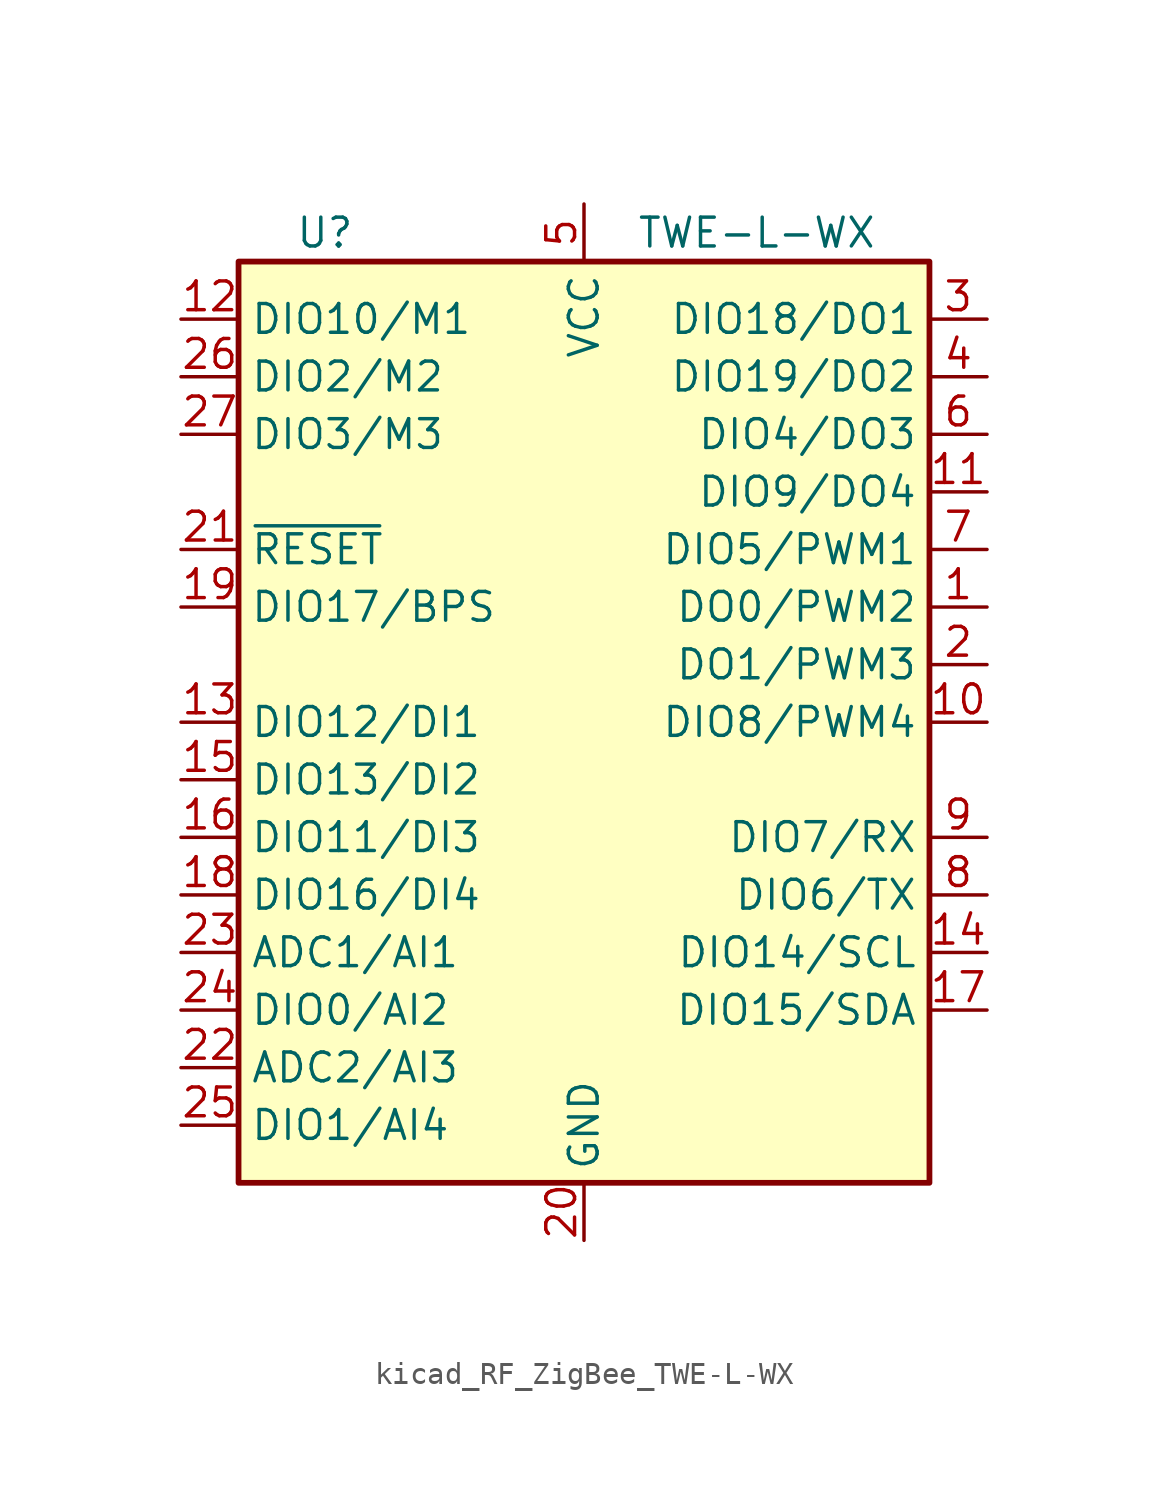
<source format=kicad_sym>
(kicad_symbol_lib
  (version 20220914)
  (generator kicad_symbol_editor)
  (symbol "kicad_RF_ZigBee_TWE-L-WX"
    (property "Reference" "U"
      (at -11.43 21.59 0)
      (effects (font (size 1.27 1.27))))
    (property "Value" "TWE-L-WX"
      (at 7.62 21.59 0)
      (effects (font (size 1.27 1.27))))
    (symbol "kicad_RF_ZigBee_TWE-L-WX_1_0"
      (rectangle (start -15.24 -20.32) (end 15.24 20.32) (stroke (width 0.254) (type default)) (fill (type background))))
    (symbol "kicad_RF_ZigBee_TWE-L-WX_1_1"
      (pin output line (at 17.78 5.08 180) (length 2.54) (name "DO0/PWM2" (effects (font (size 1.27 1.27)))) (number "1" (effects (font (size 1.27 1.27)))))
      (pin bidirectional line (at 17.78 0 180) (length 2.54) (name "DIO8/PWM4" (effects (font (size 1.27 1.27)))) (number "10" (effects (font (size 1.27 1.27)))))
      (pin bidirectional line (at 17.78 10.16 180) (length 2.54) (name "DIO9/DO4" (effects (font (size 1.27 1.27)))) (number "11" (effects (font (size 1.27 1.27)))))
      (pin bidirectional line (at -17.78 17.78 0) (length 2.54) (name "DIO10/M1" (effects (font (size 1.27 1.27)))) (number "12" (effects (font (size 1.27 1.27)))))
      (pin bidirectional line (at -17.78 0 0) (length 2.54) (name "DIO12/DI1" (effects (font (size 1.27 1.27)))) (number "13" (effects (font (size 1.27 1.27)))))
      (pin bidirectional line (at 17.78 -10.16 180) (length 2.54) (name "DIO14/SCL" (effects (font (size 1.27 1.27)))) (number "14" (effects (font (size 1.27 1.27)))))
      (pin bidirectional line (at -17.78 -2.54 0) (length 2.54) (name "DIO13/DI2" (effects (font (size 1.27 1.27)))) (number "15" (effects (font (size 1.27 1.27)))))
      (pin bidirectional line (at -17.78 -5.08 0) (length 2.54) (name "DIO11/DI3" (effects (font (size 1.27 1.27)))) (number "16" (effects (font (size 1.27 1.27)))))
      (pin bidirectional line (at 17.78 -12.7 180) (length 2.54) (name "DIO15/SDA" (effects (font (size 1.27 1.27)))) (number "17" (effects (font (size 1.27 1.27)))))
      (pin bidirectional line (at -17.78 -7.62 0) (length 2.54) (name "DIO16/DI4" (effects (font (size 1.27 1.27)))) (number "18" (effects (font (size 1.27 1.27)))))
      (pin bidirectional line (at -17.78 5.08 0) (length 2.54) (name "DIO17/BPS" (effects (font (size 1.27 1.27)))) (number "19" (effects (font (size 1.27 1.27)))))
      (pin bidirectional line (at 17.78 2.54 180) (length 2.54) (name "DO1/PWM3" (effects (font (size 1.27 1.27)))) (number "2" (effects (font (size 1.27 1.27)))))
      (pin power_in line (at 0 -22.86 90) (length 2.54) (name "GND" (effects (font (size 1.27 1.27)))) (number "20" (effects (font (size 1.27 1.27)))))
      (pin input line (at -17.78 7.62 0) (length 2.54) (name "~{RESET}" (effects (font (size 1.27 1.27)))) (number "21" (effects (font (size 1.27 1.27)))))
      (pin input line (at -17.78 -15.24 0) (length 2.54) (name "ADC2/AI3" (effects (font (size 1.27 1.27)))) (number "22" (effects (font (size 1.27 1.27)))))
      (pin input line (at -17.78 -10.16 0) (length 2.54) (name "ADC1/AI1" (effects (font (size 1.27 1.27)))) (number "23" (effects (font (size 1.27 1.27)))))
      (pin bidirectional line (at -17.78 -12.7 0) (length 2.54) (name "DIO0/AI2" (effects (font (size 1.27 1.27)))) (number "24" (effects (font (size 1.27 1.27)))))
      (pin bidirectional line (at -17.78 -17.78 0) (length 2.54) (name "DIO1/AI4" (effects (font (size 1.27 1.27)))) (number "25" (effects (font (size 1.27 1.27)))))
      (pin bidirectional line (at -17.78 15.24 0) (length 2.54) (name "DIO2/M2" (effects (font (size 1.27 1.27)))) (number "26" (effects (font (size 1.27 1.27)))))
      (pin bidirectional line (at -17.78 12.7 0) (length 2.54) (name "DIO3/M3" (effects (font (size 1.27 1.27)))) (number "27" (effects (font (size 1.27 1.27)))))
      (pin passive line (at 0 -22.86 90) (length 2.54) hide (name "GND" (effects (font (size 1.27 1.27)))) (number "28" (effects (font (size 1.27 1.27)))))
      (pin no_connect line (at 15.24 -17.78 180) (length 2.54) hide (name "NC" (effects (font (size 1.27 1.27)))) (number "29" (effects (font (size 1.27 1.27)))))
      (pin bidirectional line (at 17.78 17.78 180) (length 2.54) (name "DIO18/DO1" (effects (font (size 1.27 1.27)))) (number "3" (effects (font (size 1.27 1.27)))))
      (pin passive line (at 0 -22.86 90) (length 2.54) hide (name "GND" (effects (font (size 1.27 1.27)))) (number "30" (effects (font (size 1.27 1.27)))))
      (pin passive line (at 0 -22.86 90) (length 2.54) hide (name "GND" (effects (font (size 1.27 1.27)))) (number "31" (effects (font (size 1.27 1.27)))))
      (pin passive line (at 0 -22.86 90) (length 2.54) hide (name "GND" (effects (font (size 1.27 1.27)))) (number "32" (effects (font (size 1.27 1.27)))))
      (pin bidirectional line (at 17.78 15.24 180) (length 2.54) (name "DIO19/DO2" (effects (font (size 1.27 1.27)))) (number "4" (effects (font (size 1.27 1.27)))))
      (pin power_in line (at 0 22.86 270) (length 2.54) (name "VCC" (effects (font (size 1.27 1.27)))) (number "5" (effects (font (size 1.27 1.27)))))
      (pin bidirectional line (at 17.78 12.7 180) (length 2.54) (name "DIO4/DO3" (effects (font (size 1.27 1.27)))) (number "6" (effects (font (size 1.27 1.27)))))
      (pin bidirectional line (at 17.78 7.62 180) (length 2.54) (name "DIO5/PWM1" (effects (font (size 1.27 1.27)))) (number "7" (effects (font (size 1.27 1.27)))))
      (pin bidirectional line (at 17.78 -7.62 180) (length 2.54) (name "DIO6/TX" (effects (font (size 1.27 1.27)))) (number "8" (effects (font (size 1.27 1.27)))))
      (pin bidirectional line (at 17.78 -5.08 180) (length 2.54) (name "DIO7/RX" (effects (font (size 1.27 1.27)))) (number "9" (effects (font (size 1.27 1.27))))))))
</source>
